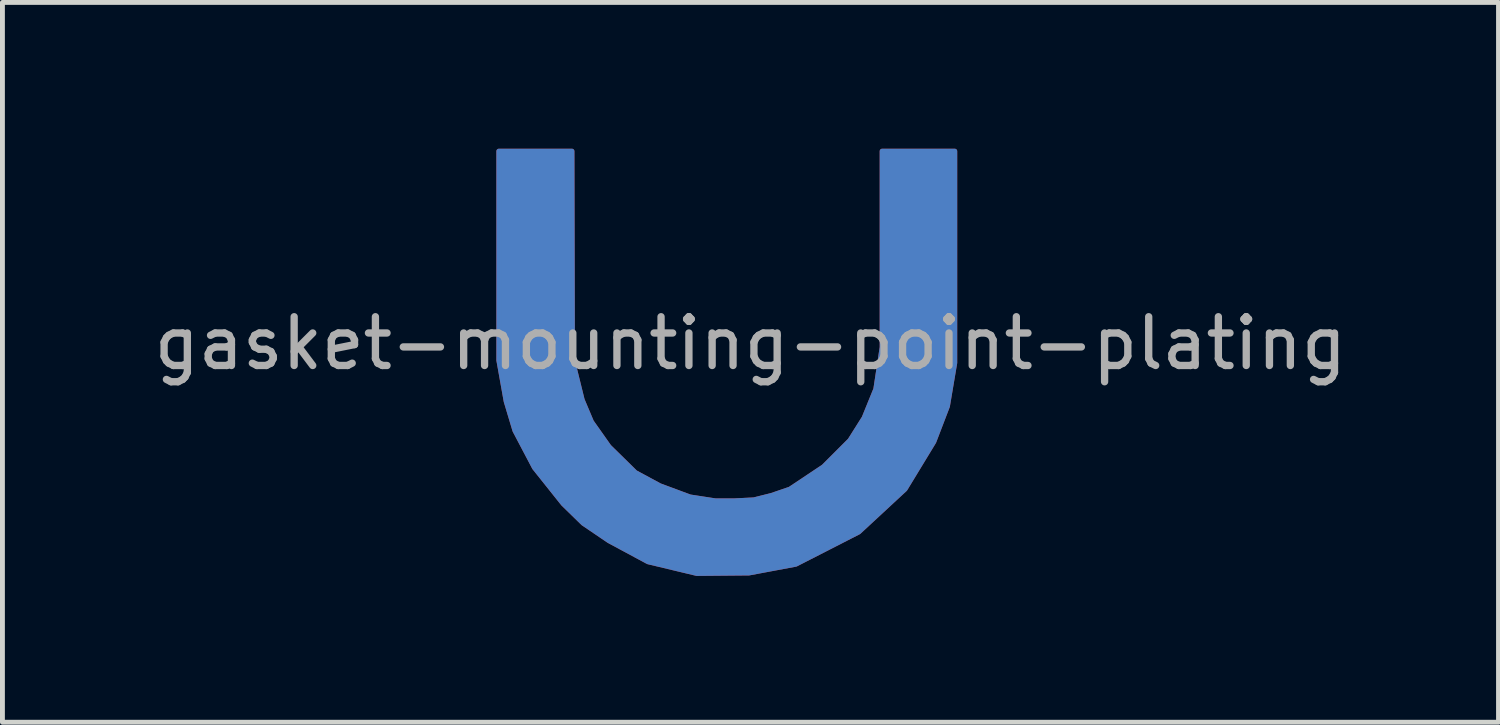
<source format=kicad_pcb>
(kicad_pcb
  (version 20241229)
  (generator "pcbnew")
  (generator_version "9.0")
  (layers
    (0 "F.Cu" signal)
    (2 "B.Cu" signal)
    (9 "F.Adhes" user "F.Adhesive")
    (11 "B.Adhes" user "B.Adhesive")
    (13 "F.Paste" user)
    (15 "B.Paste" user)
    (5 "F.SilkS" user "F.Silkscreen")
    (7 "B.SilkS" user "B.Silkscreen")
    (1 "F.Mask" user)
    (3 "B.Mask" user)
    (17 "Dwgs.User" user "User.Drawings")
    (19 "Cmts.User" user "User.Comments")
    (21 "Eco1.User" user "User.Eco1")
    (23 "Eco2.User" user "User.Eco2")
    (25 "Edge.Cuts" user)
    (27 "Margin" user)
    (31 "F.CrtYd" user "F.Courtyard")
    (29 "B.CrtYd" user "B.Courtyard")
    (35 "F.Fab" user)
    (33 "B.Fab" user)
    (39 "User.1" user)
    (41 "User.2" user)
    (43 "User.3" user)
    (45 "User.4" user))
  (footprint "gasket-mounting-point-plating"
    (layer "F.Cu")
    (at 12.339 3.49)
    (property "Reference" "gasket-mounting-point-plating" (at 0 0.5 0) (layer "F.Fab") (effects (font (size 1 1) (thickness 0.15))))
    (attr through_hole)
    (fp_poly (pts (xy -3.65 0.85) (xy -3.45 1.66) (xy -3.26 2.11) (xy -2.9 2.62) (xy -2.36 3.15) (xy -1.86 3.42) (xy -1.24 3.65) (xy -0.72 3.73) (xy -0.33 3.73) (xy 0.07 3.71) (xy 0.43 3.62) (xy 0.81 3.49) (xy 1.5 3.03) (xy 2.04 2.49) (xy 2.33 2.03) (xy 2.57 1.44) (xy 2.7 0.58) (xy 2.7 -3.44) (xy 4.19 -3.44) (xy 4.19 0.9) (xy 4.04 1.79) (xy 3.76 2.52) (xy 3.17 3.49) (xy 2.22 4.37) (xy 0.93 5.03) (xy -0.03 5.21) (xy -1.1 5.22) (xy -2.1 4.98) (xy -2.9 4.55) (xy -3.43 4.19) (xy -3.84 3.79) (xy -4.43 3.05) (xy -4.83 2.29) (xy -5.01 1.69) (xy -5.16 0.85) (xy -5.16 -3.44) (xy -3.66 -3.44)) (stroke (width 0.1) (type solid)) (fill yes) (layer "F.Cu"))
    (fp_poly (pts (xy -3.65 0.85) (xy -3.45 1.66) (xy -3.26 2.11) (xy -2.9 2.62) (xy -2.36 3.15) (xy -1.86 3.42) (xy -1.24 3.65) (xy -0.72 3.73) (xy -0.33 3.73) (xy 0.07 3.71) (xy 0.43 3.62) (xy 0.81 3.49) (xy 1.5 3.03) (xy 2.04 2.49) (xy 2.33 2.03) (xy 2.57 1.44) (xy 2.7 0.58) (xy 2.7 -3.44) (xy 4.19 -3.44) (xy 4.19 0.9) (xy 4.04 1.79) (xy 3.76 2.52) (xy 3.17 3.49) (xy 2.22 4.37) (xy 0.93 5.03) (xy -0.03 5.21) (xy -1.1 5.22) (xy -2.1 4.98) (xy -2.9 4.55) (xy -3.43 4.19) (xy -3.84 3.79) (xy -4.43 3.05) (xy -4.83 2.29) (xy -5.01 1.69) (xy -5.16 0.85) (xy -5.16 -3.44) (xy -3.66 -3.44)) (stroke (width 0.1) (type solid)) (fill yes) (layer "F.Mask"))
    (fp_poly (pts (xy -3.65 0.85) (xy -3.45 1.66) (xy -3.26 2.11) (xy -2.9 2.62) (xy -2.36 3.15) (xy -1.86 3.42) (xy -1.24 3.65) (xy -0.72 3.73) (xy -0.33 3.73) (xy 0.07 3.71) (xy 0.43 3.62) (xy 0.81 3.49) (xy 1.5 3.03) (xy 2.04 2.49) (xy 2.33 2.03) (xy 2.57 1.44) (xy 2.7 0.58) (xy 2.7 -3.44) (xy 4.19 -3.44) (xy 4.19 0.9) (xy 4.04 1.79) (xy 3.76 2.52) (xy 3.17 3.49) (xy 2.22 4.37) (xy 0.93 5.03) (xy -0.03 5.21) (xy -1.1 5.22) (xy -2.1 4.98) (xy -2.9 4.55) (xy -3.43 4.19) (xy -3.84 3.79) (xy -4.43 3.05) (xy -4.83 2.29) (xy -5.01 1.69) (xy -5.16 0.85) (xy -5.16 -3.44) (xy -3.66 -3.44)) (stroke (width 0.1) (type solid)) (fill yes) (layer "B.Cu"))
    (fp_poly (pts (xy -3.65 0.85) (xy -3.45 1.66) (xy -3.26 2.11) (xy -2.9 2.62) (xy -2.36 3.15) (xy -1.86 3.42) (xy -1.24 3.65) (xy -0.72 3.73) (xy -0.33 3.73) (xy 0.07 3.71) (xy 0.43 3.62) (xy 0.81 3.49) (xy 1.5 3.03) (xy 2.04 2.49) (xy 2.33 2.03) (xy 2.57 1.44) (xy 2.7 0.58) (xy 2.7 -3.44) (xy 4.19 -3.44) (xy 4.19 0.9) (xy 4.04 1.79) (xy 3.76 2.52) (xy 3.17 3.49) (xy 2.22 4.37) (xy 0.93 5.03) (xy -0.03 5.21) (xy -1.1 5.22) (xy -2.1 4.98) (xy -2.9 4.55) (xy -3.43 4.19) (xy -3.84 3.79) (xy -4.43 3.05) (xy -4.83 2.29) (xy -5.01 1.69) (xy -5.16 0.85) (xy -5.16 -3.44) (xy -3.66 -3.44)) (stroke (width 0.1) (type solid)) (fill yes) (layer "B.Mask")))
  (gr_rect
    (start -3 -3)
    (end 27.679 11.76)
    (stroke (width 0.1) (type default))
    (fill no)
    (layer "Edge.Cuts")))
</source>
